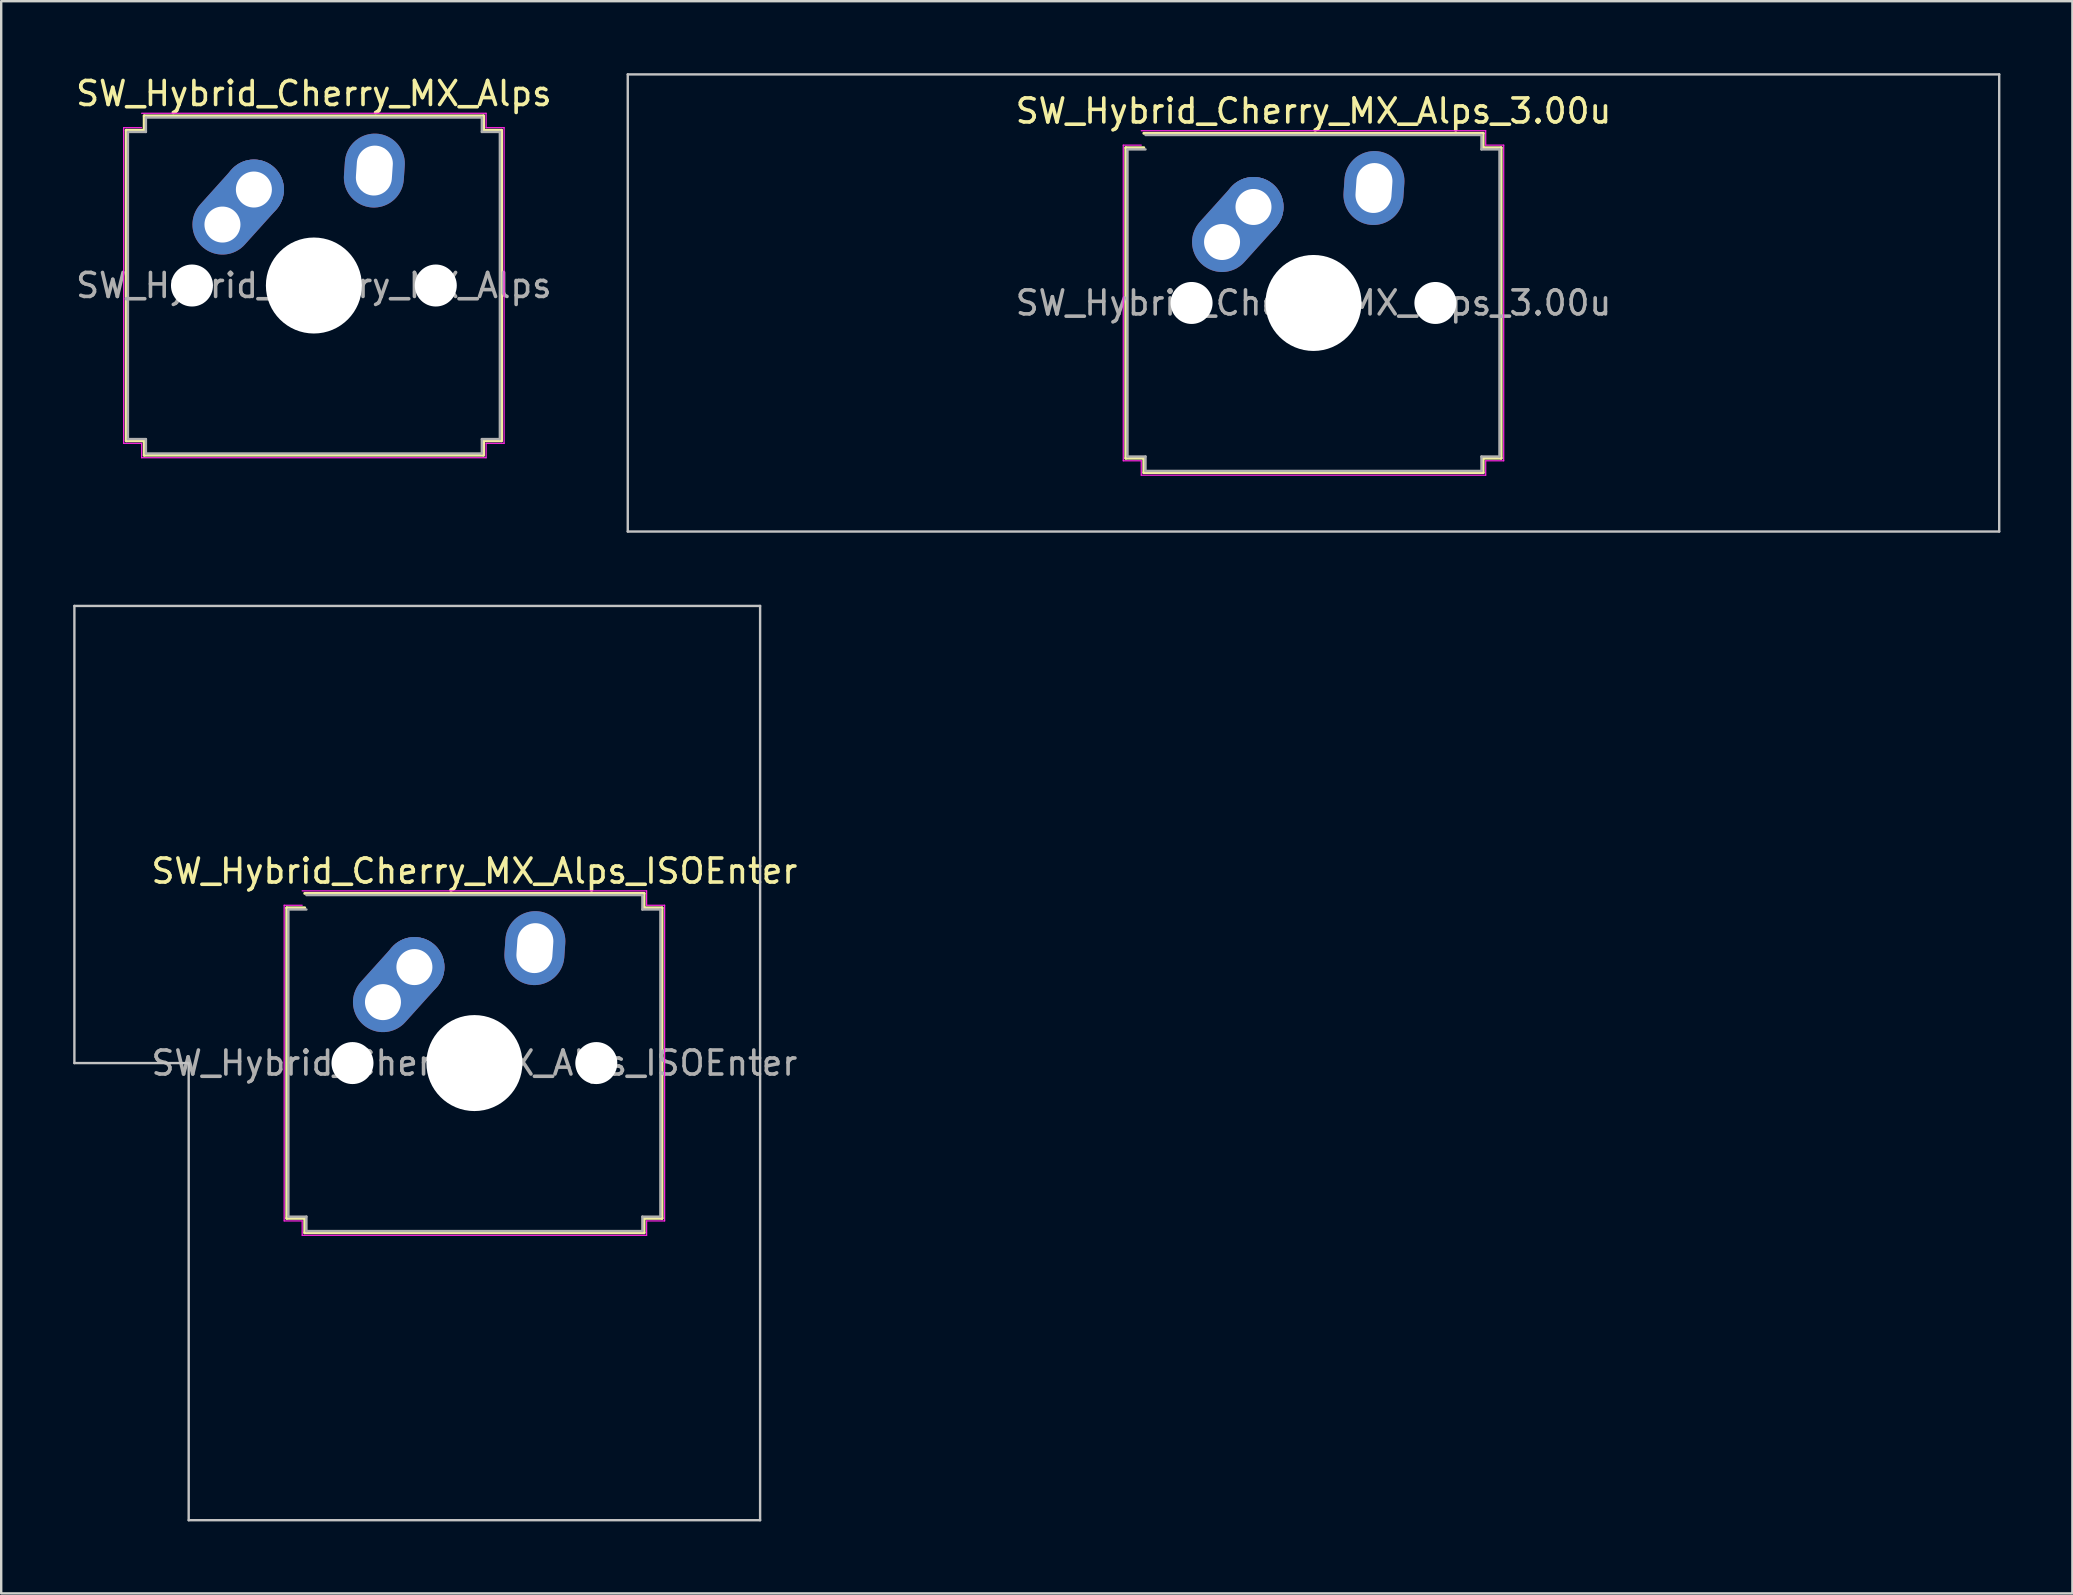
<source format=kicad_pcb>
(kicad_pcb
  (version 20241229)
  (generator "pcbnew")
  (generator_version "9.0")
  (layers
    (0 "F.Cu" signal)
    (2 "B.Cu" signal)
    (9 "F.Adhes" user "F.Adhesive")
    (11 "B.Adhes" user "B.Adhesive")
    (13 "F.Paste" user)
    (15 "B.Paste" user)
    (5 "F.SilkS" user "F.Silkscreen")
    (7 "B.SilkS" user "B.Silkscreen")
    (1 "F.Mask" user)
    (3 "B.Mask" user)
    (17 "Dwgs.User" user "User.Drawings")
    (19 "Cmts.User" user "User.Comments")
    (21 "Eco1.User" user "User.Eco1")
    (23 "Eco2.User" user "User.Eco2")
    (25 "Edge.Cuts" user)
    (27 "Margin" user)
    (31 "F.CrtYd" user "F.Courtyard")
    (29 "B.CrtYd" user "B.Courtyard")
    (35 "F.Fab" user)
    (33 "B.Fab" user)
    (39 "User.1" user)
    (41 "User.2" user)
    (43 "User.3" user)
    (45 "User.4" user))
  (footprint "SW_Hybrid_Cherry_MX_Alps_ISOEnter"
    (layer "F.Cu")
    (at 16.719 41.25)
    (property "Reference" "SW_Hybrid_Cherry_MX_Alps_ISOEnter" (at 0 -8 0) (layer "F.SilkS") (effects (font (size 1 1) (thickness 0.15))))
    (attr through_hole)
    (fp_line (start -7.821 -6.471) (end -7.071 -6.471) (stroke (width 0.12) (type solid)) (layer "F.SilkS"))
    (fp_line (start -7.821 6.471) (end -7.821 -6.471) (stroke (width 0.12) (type solid)) (layer "F.SilkS"))
    (fp_line (start -7.071 -7.071) (end 7.071 -7.071) (stroke (width 0.12) (type solid)) (layer "F.SilkS"))
    (fp_line (start -7.071 6.471) (end -7.821 6.471) (stroke (width 0.12) (type solid)) (layer "F.SilkS"))
    (fp_line (start -7.071 7.071) (end -7.071 6.471) (stroke (width 0.12) (type solid)) (layer "F.SilkS"))
    (fp_line (start 7.071 -7.071) (end 7.071 -6.471) (stroke (width 0.12) (type solid)) (layer "F.SilkS"))
    (fp_line (start 7.071 -6.471) (end 7.821 -6.471) (stroke (width 0.12) (type solid)) (layer "F.SilkS"))
    (fp_line (start 7.071 6.471) (end 7.071 7.071) (stroke (width 0.12) (type solid)) (layer "F.SilkS"))
    (fp_line (start 7.071 7.071) (end -7.071 7.071) (stroke (width 0.12) (type solid)) (layer "F.SilkS"))
    (fp_line (start 7.821 -6.471) (end 7.821 6.471) (stroke (width 0.12) (type solid)) (layer "F.SilkS"))
    (fp_line (start 7.821 6.471) (end 7.071 6.471) (stroke (width 0.12) (type solid)) (layer "F.SilkS"))
    (fp_line (start -16.669 -19.05) (end -16.669 0) (stroke (width 0.1) (type solid)) (layer "Dwgs.User"))
    (fp_line (start -16.669 0) (end -11.906 0) (stroke (width 0.1) (type solid)) (layer "Dwgs.User"))
    (fp_line (start -11.906 0) (end -11.906 19.05) (stroke (width 0.1) (type solid)) (layer "Dwgs.User"))
    (fp_line (start -11.906 19.05) (end 11.906 19.05) (stroke (width 0.1) (type solid)) (layer "Dwgs.User"))
    (fp_line (start 11.906 -19.05) (end -16.669 -19.05) (stroke (width 0.1) (type solid)) (layer "Dwgs.User"))
    (fp_line (start 11.906 19.05) (end 11.906 -19.05) (stroke (width 0.1) (type solid)) (layer "Dwgs.User"))
    (fp_line (start -7.927 -6.577) (end -7.177 -6.577) (stroke (width 0.05) (type solid)) (layer "F.CrtYd"))
    (fp_line (start -7.927 6.577) (end -7.927 -6.577) (stroke (width 0.05) (type solid)) (layer "F.CrtYd"))
    (fp_line (start -7.177 -7.177) (end 7.177 -7.177) (stroke (width 0.05) (type solid)) (layer "F.CrtYd"))
    (fp_line (start -7.177 6.577) (end -7.927 6.577) (stroke (width 0.05) (type solid)) (layer "F.CrtYd"))
    (fp_line (start -7.177 7.177) (end -7.177 6.577) (stroke (width 0.05) (type solid)) (layer "F.CrtYd"))
    (fp_line (start 7.177 -7.177) (end 7.177 -6.577) (stroke (width 0.05) (type solid)) (layer "F.CrtYd"))
    (fp_line (start 7.177 -6.577) (end 7.927 -6.577) (stroke (width 0.05) (type solid)) (layer "F.CrtYd"))
    (fp_line (start 7.177 6.577) (end 7.177 7.177) (stroke (width 0.05) (type solid)) (layer "F.CrtYd"))
    (fp_line (start 7.177 7.177) (end -7.177 7.177) (stroke (width 0.05) (type solid)) (layer "F.CrtYd"))
    (fp_line (start 7.927 -6.577) (end 7.927 6.577) (stroke (width 0.05) (type solid)) (layer "F.CrtYd"))
    (fp_line (start 7.927 6.577) (end 7.177 6.577) (stroke (width 0.05) (type solid)) (layer "F.CrtYd"))
    (fp_line (start -7.75 -6.4) (end -7 -6.4) (stroke (width 0.1) (type solid)) (layer "F.Fab"))
    (fp_line (start -7.75 6.4) (end -7.75 -6.4) (stroke (width 0.1) (type solid)) (layer "F.Fab"))
    (fp_line (start -7 -7) (end 7 -7) (stroke (width 0.1) (type solid)) (layer "F.Fab"))
    (fp_line (start -7 6.4) (end -7.75 6.4) (stroke (width 0.1) (type solid)) (layer "F.Fab"))
    (fp_line (start -7 7) (end -7 6.4) (stroke (width 0.1) (type solid)) (layer "F.Fab"))
    (fp_line (start 7 -7) (end 7 -6.4) (stroke (width 0.1) (type solid)) (layer "F.Fab"))
    (fp_line (start 7 -6.4) (end 7.75 -6.4) (stroke (width 0.1) (type solid)) (layer "F.Fab"))
    (fp_line (start 7 6.4) (end 7 7) (stroke (width 0.1) (type solid)) (layer "F.Fab"))
    (fp_line (start 7 7) (end -7 7) (stroke (width 0.1) (type solid)) (layer "F.Fab"))
    (fp_line (start 7.75 -6.4) (end 7.75 6.4) (stroke (width 0.1) (type solid)) (layer "F.Fab"))
    (fp_line (start 7.75 6.4) (end 7 6.4) (stroke (width 0.1) (type solid)) (layer "F.Fab"))
    (fp_text user "${REFERENCE}" (at 0 0 0) (layer "F.Fab") (effects (font (size 1 1) (thickness 0.15))))
    (pad "" np_thru_hole circle (at -5.08 0) (size 1.75 1.75) (drill 1.75) (layers "*.Cu" "*.Mask"))
    (pad "" smd circle (at -3.81 -2.54 48) (size 1.55 1.55) (layers "F.Mask"))
    (pad "" smd circle (at -2.5 -4) (size 1.55 1.55) (layers "F.Mask"))
    (pad "" np_thru_hole circle (at 0 0) (size 4 4) (drill 4) (layers "*.Cu" "*.Mask"))
    (pad "" smd oval (at 2.52 -4.79 86) (size 2.131 1.55) (layers "F.Mask"))
    (pad "" np_thru_hole circle (at 5.08 0) (size 1.75 1.75) (drill 1.75) (layers "*.Cu" "*.Mask"))
    (pad "1" thru_hole oval (at -3.81 -2.54 48) (size 4.462 2.5) (drill 1.5 (offset 0.981 0)) (layers "*.Cu" "B.Mask"))
    (pad "1" thru_hole circle (at -2.5 -4) (size 2.5 2.5) (drill 1.5) (layers "*.Cu" "B.Mask"))
    (pad "2" thru_hole oval (at 2.52 -4.79 86) (size 3.081 2.5) (drill oval 2.081 1.5) (layers "*.Cu" "B.Mask")))
  (footprint "SW_Hybrid_Cherry_MX_Alps"
    (layer "F.Cu")
    (at 10.03 8.848)
    (property "Reference" "SW_Hybrid_Cherry_MX_Alps" (at 0 -8 0) (layer "F.SilkS") (effects (font (size 1 1) (thickness 0.15))))
    (attr through_hole)
    (fp_line (start -7.821 -6.471) (end -7.071 -6.471) (stroke (width 0.12) (type solid)) (layer "F.SilkS"))
    (fp_line (start -7.821 6.471) (end -7.821 -6.471) (stroke (width 0.12) (type solid)) (layer "F.SilkS"))
    (fp_line (start -7.071 -7.071) (end 7.071 -7.071) (stroke (width 0.12) (type solid)) (layer "F.SilkS"))
    (fp_line (start -7.071 -6.471) (end -7.071 -7.071) (stroke (width 0.12) (type solid)) (layer "F.SilkS"))
    (fp_line (start -7.071 6.471) (end -7.821 6.471) (stroke (width 0.12) (type solid)) (layer "F.SilkS"))
    (fp_line (start -7.071 7.071) (end -7.071 6.471) (stroke (width 0.12) (type solid)) (layer "F.SilkS"))
    (fp_line (start 7.071 -7.071) (end 7.071 -6.471) (stroke (width 0.12) (type solid)) (layer "F.SilkS"))
    (fp_line (start 7.071 -6.471) (end 7.821 -6.471) (stroke (width 0.12) (type solid)) (layer "F.SilkS"))
    (fp_line (start 7.071 6.471) (end 7.071 7.071) (stroke (width 0.12) (type solid)) (layer "F.SilkS"))
    (fp_line (start 7.071 7.071) (end -7.071 7.071) (stroke (width 0.12) (type solid)) (layer "F.SilkS"))
    (fp_line (start 7.821 -6.471) (end 7.821 6.471) (stroke (width 0.12) (type solid)) (layer "F.SilkS"))
    (fp_line (start 7.821 6.471) (end 7.071 6.471) (stroke (width 0.12) (type solid)) (layer "F.SilkS"))
    (fp_line (start -7.927 -6.577) (end -7.177 -6.577) (stroke (width 0.05) (type solid)) (layer "F.CrtYd"))
    (fp_line (start -7.927 6.577) (end -7.927 -6.577) (stroke (width 0.05) (type solid)) (layer "F.CrtYd"))
    (fp_line (start -7.177 -7.177) (end 7.177 -7.177) (stroke (width 0.05) (type solid)) (layer "F.CrtYd"))
    (fp_line (start -7.177 6.577) (end -7.927 6.577) (stroke (width 0.05) (type solid)) (layer "F.CrtYd"))
    (fp_line (start -7.177 7.177) (end -7.177 6.577) (stroke (width 0.05) (type solid)) (layer "F.CrtYd"))
    (fp_line (start 7.177 -7.177) (end 7.177 -6.577) (stroke (width 0.05) (type solid)) (layer "F.CrtYd"))
    (fp_line (start 7.177 -6.577) (end 7.927 -6.577) (stroke (width 0.05) (type solid)) (layer "F.CrtYd"))
    (fp_line (start 7.177 6.577) (end 7.177 7.177) (stroke (width 0.05) (type solid)) (layer "F.CrtYd"))
    (fp_line (start 7.177 7.177) (end -7.177 7.177) (stroke (width 0.05) (type solid)) (layer "F.CrtYd"))
    (fp_line (start 7.927 -6.577) (end 7.927 6.577) (stroke (width 0.05) (type solid)) (layer "F.CrtYd"))
    (fp_line (start 7.927 6.577) (end 7.177 6.577) (stroke (width 0.05) (type solid)) (layer "F.CrtYd"))
    (fp_line (start -7.75 -6.4) (end -7 -6.4) (stroke (width 0.1) (type solid)) (layer "F.Fab"))
    (fp_line (start -7.75 6.4) (end -7.75 -6.4) (stroke (width 0.1) (type solid)) (layer "F.Fab"))
    (fp_line (start -7 -7) (end 7 -7) (stroke (width 0.1) (type solid)) (layer "F.Fab"))
    (fp_line (start -7 -6.4) (end -7 -7) (stroke (width 0.1) (type solid)) (layer "F.Fab"))
    (fp_line (start -7 6.4) (end -7.75 6.4) (stroke (width 0.1) (type solid)) (layer "F.Fab"))
    (fp_line (start -7 7) (end -7 6.4) (stroke (width 0.1) (type solid)) (layer "F.Fab"))
    (fp_line (start 7 -7) (end 7 -6.4) (stroke (width 0.1) (type solid)) (layer "F.Fab"))
    (fp_line (start 7 -6.4) (end 7.75 -6.4) (stroke (width 0.1) (type solid)) (layer "F.Fab"))
    (fp_line (start 7 6.4) (end 7 7) (stroke (width 0.1) (type solid)) (layer "F.Fab"))
    (fp_line (start 7 7) (end -7 7) (stroke (width 0.1) (type solid)) (layer "F.Fab"))
    (fp_line (start 7.75 -6.4) (end 7.75 6.4) (stroke (width 0.1) (type solid)) (layer "F.Fab"))
    (fp_line (start 7.75 6.4) (end 7 6.4) (stroke (width 0.1) (type solid)) (layer "F.Fab"))
    (fp_text user "${REFERENCE}" (at 0 0 0) (layer "F.Fab") (effects (font (size 1 1) (thickness 0.15))))
    (pad "" np_thru_hole circle (at -5.08 0) (size 1.75 1.75) (drill 1.75) (layers "*.Cu" "*.Mask"))
    (pad "" smd circle (at -3.81 -2.54 48) (size 1.55 1.55) (layers "F.Mask"))
    (pad "" smd circle (at -2.5 -4) (size 1.55 1.55) (layers "F.Mask"))
    (pad "" np_thru_hole circle (at 0 0) (size 4 4) (drill 4) (layers "*.Cu" "*.Mask"))
    (pad "" smd oval (at 2.52 -4.79 86) (size 2.131 1.55) (layers "F.Mask"))
    (pad "" np_thru_hole circle (at 5.08 0) (size 1.75 1.75) (drill 1.75) (layers "*.Cu" "*.Mask"))
    (pad "1" thru_hole oval (at -3.81 -2.54 48) (size 4.462 2.5) (drill 1.5 (offset 0.981 0)) (layers "*.Cu" "B.Mask"))
    (pad "1" thru_hole circle (at -2.5 -4) (size 2.5 2.5) (drill 1.5) (layers "*.Cu" "B.Mask"))
    (pad "2" thru_hole oval (at 2.52 -4.79 86) (size 3.081 2.5) (drill oval 2.081 1.5) (layers "*.Cu" "B.Mask")))
  (footprint "SW_Hybrid_Cherry_MX_Alps_3.00u"
    (layer "F.Cu")
    (at 51.685 9.575)
    (property "Reference" "SW_Hybrid_Cherry_MX_Alps_3.00u" (at 0 -8 0) (layer "F.SilkS") (effects (font (size 1 1) (thickness 0.15))))
    (attr through_hole)
    (fp_line (start -7.821 -6.471) (end -7.071 -6.471) (stroke (width 0.12) (type solid)) (layer "F.SilkS"))
    (fp_line (start -7.821 6.471) (end -7.821 -6.471) (stroke (width 0.12) (type solid)) (layer "F.SilkS"))
    (fp_line (start -7.071 -7.071) (end 7.071 -7.071) (stroke (width 0.12) (type solid)) (layer "F.SilkS"))
    (fp_line (start -7.071 6.471) (end -7.821 6.471) (stroke (width 0.12) (type solid)) (layer "F.SilkS"))
    (fp_line (start -7.071 7.071) (end -7.071 6.471) (stroke (width 0.12) (type solid)) (layer "F.SilkS"))
    (fp_line (start 7.071 -7.071) (end 7.071 -6.471) (stroke (width 0.12) (type solid)) (layer "F.SilkS"))
    (fp_line (start 7.071 -6.471) (end 7.821 -6.471) (stroke (width 0.12) (type solid)) (layer "F.SilkS"))
    (fp_line (start 7.071 6.471) (end 7.071 7.071) (stroke (width 0.12) (type solid)) (layer "F.SilkS"))
    (fp_line (start 7.071 7.071) (end -7.071 7.071) (stroke (width 0.12) (type solid)) (layer "F.SilkS"))
    (fp_line (start 7.821 -6.471) (end 7.821 6.471) (stroke (width 0.12) (type solid)) (layer "F.SilkS"))
    (fp_line (start 7.821 6.471) (end 7.071 6.471) (stroke (width 0.12) (type solid)) (layer "F.SilkS"))
    (fp_line (start -28.575 -9.525) (end -28.575 9.525) (stroke (width 0.1) (type solid)) (layer "Dwgs.User"))
    (fp_line (start -28.575 9.525) (end 28.575 9.525) (stroke (width 0.1) (type solid)) (layer "Dwgs.User"))
    (fp_line (start 28.575 -9.525) (end -28.575 -9.525) (stroke (width 0.1) (type solid)) (layer "Dwgs.User"))
    (fp_line (start 28.575 9.525) (end 28.575 -9.525) (stroke (width 0.1) (type solid)) (layer "Dwgs.User"))
    (fp_line (start -7.927 -6.577) (end -7.177 -6.577) (stroke (width 0.05) (type solid)) (layer "F.CrtYd"))
    (fp_line (start -7.927 6.577) (end -7.927 -6.577) (stroke (width 0.05) (type solid)) (layer "F.CrtYd"))
    (fp_line (start -7.177 -7.177) (end 7.177 -7.177) (stroke (width 0.05) (type solid)) (layer "F.CrtYd"))
    (fp_line (start -7.177 6.577) (end -7.927 6.577) (stroke (width 0.05) (type solid)) (layer "F.CrtYd"))
    (fp_line (start -7.177 7.177) (end -7.177 6.577) (stroke (width 0.05) (type solid)) (layer "F.CrtYd"))
    (fp_line (start 7.177 -7.177) (end 7.177 -6.577) (stroke (width 0.05) (type solid)) (layer "F.CrtYd"))
    (fp_line (start 7.177 -6.577) (end 7.927 -6.577) (stroke (width 0.05) (type solid)) (layer "F.CrtYd"))
    (fp_line (start 7.177 6.577) (end 7.177 7.177) (stroke (width 0.05) (type solid)) (layer "F.CrtYd"))
    (fp_line (start 7.177 7.177) (end -7.177 7.177) (stroke (width 0.05) (type solid)) (layer "F.CrtYd"))
    (fp_line (start 7.927 -6.577) (end 7.927 6.577) (stroke (width 0.05) (type solid)) (layer "F.CrtYd"))
    (fp_line (start 7.927 6.577) (end 7.177 6.577) (stroke (width 0.05) (type solid)) (layer "F.CrtYd"))
    (fp_line (start -7.75 -6.4) (end -7 -6.4) (stroke (width 0.1) (type solid)) (layer "F.Fab"))
    (fp_line (start -7.75 6.4) (end -7.75 -6.4) (stroke (width 0.1) (type solid)) (layer "F.Fab"))
    (fp_line (start -7 -7) (end 7 -7) (stroke (width 0.1) (type solid)) (layer "F.Fab"))
    (fp_line (start -7 6.4) (end -7.75 6.4) (stroke (width 0.1) (type solid)) (layer "F.Fab"))
    (fp_line (start -7 7) (end -7 6.4) (stroke (width 0.1) (type solid)) (layer "F.Fab"))
    (fp_line (start 7 -7) (end 7 -6.4) (stroke (width 0.1) (type solid)) (layer "F.Fab"))
    (fp_line (start 7 -6.4) (end 7.75 -6.4) (stroke (width 0.1) (type solid)) (layer "F.Fab"))
    (fp_line (start 7 6.4) (end 7 7) (stroke (width 0.1) (type solid)) (layer "F.Fab"))
    (fp_line (start 7 7) (end -7 7) (stroke (width 0.1) (type solid)) (layer "F.Fab"))
    (fp_line (start 7.75 -6.4) (end 7.75 6.4) (stroke (width 0.1) (type solid)) (layer "F.Fab"))
    (fp_line (start 7.75 6.4) (end 7 6.4) (stroke (width 0.1) (type solid)) (layer "F.Fab"))
    (fp_text user "${REFERENCE}" (at 0 0 0) (layer "F.Fab") (effects (font (size 1 1) (thickness 0.15))))
    (pad "" np_thru_hole circle (at -5.08 0) (size 1.75 1.75) (drill 1.75) (layers "*.Cu" "*.Mask"))
    (pad "" smd circle (at -3.81 -2.54 48) (size 1.55 1.55) (layers "F.Mask"))
    (pad "" smd circle (at -2.5 -4) (size 1.55 1.55) (layers "F.Mask"))
    (pad "" np_thru_hole circle (at 0 0) (size 4 4) (drill 4) (layers "*.Cu" "*.Mask"))
    (pad "" smd oval (at 2.52 -4.79 86) (size 2.131 1.55) (layers "F.Mask"))
    (pad "" np_thru_hole circle (at 5.08 0) (size 1.75 1.75) (drill 1.75) (layers "*.Cu" "*.Mask"))
    (pad "1" thru_hole oval (at -3.81 -2.54 48) (size 4.462 2.5) (drill 1.5 (offset 0.981 0)) (layers "*.Cu" "B.Mask"))
    (pad "1" thru_hole circle (at -2.5 -4) (size 2.5 2.5) (drill 1.5) (layers "*.Cu" "B.Mask"))
    (pad "2" thru_hole oval (at 2.52 -4.79 86) (size 3.081 2.5) (drill oval 2.081 1.5) (layers "*.Cu" "B.Mask")))
  (gr_rect
    (start -3 -3)
    (end 83.31 63.35)
    (stroke (width 0.1) (type default))
    (fill no)
    (layer "Edge.Cuts")))
</source>
